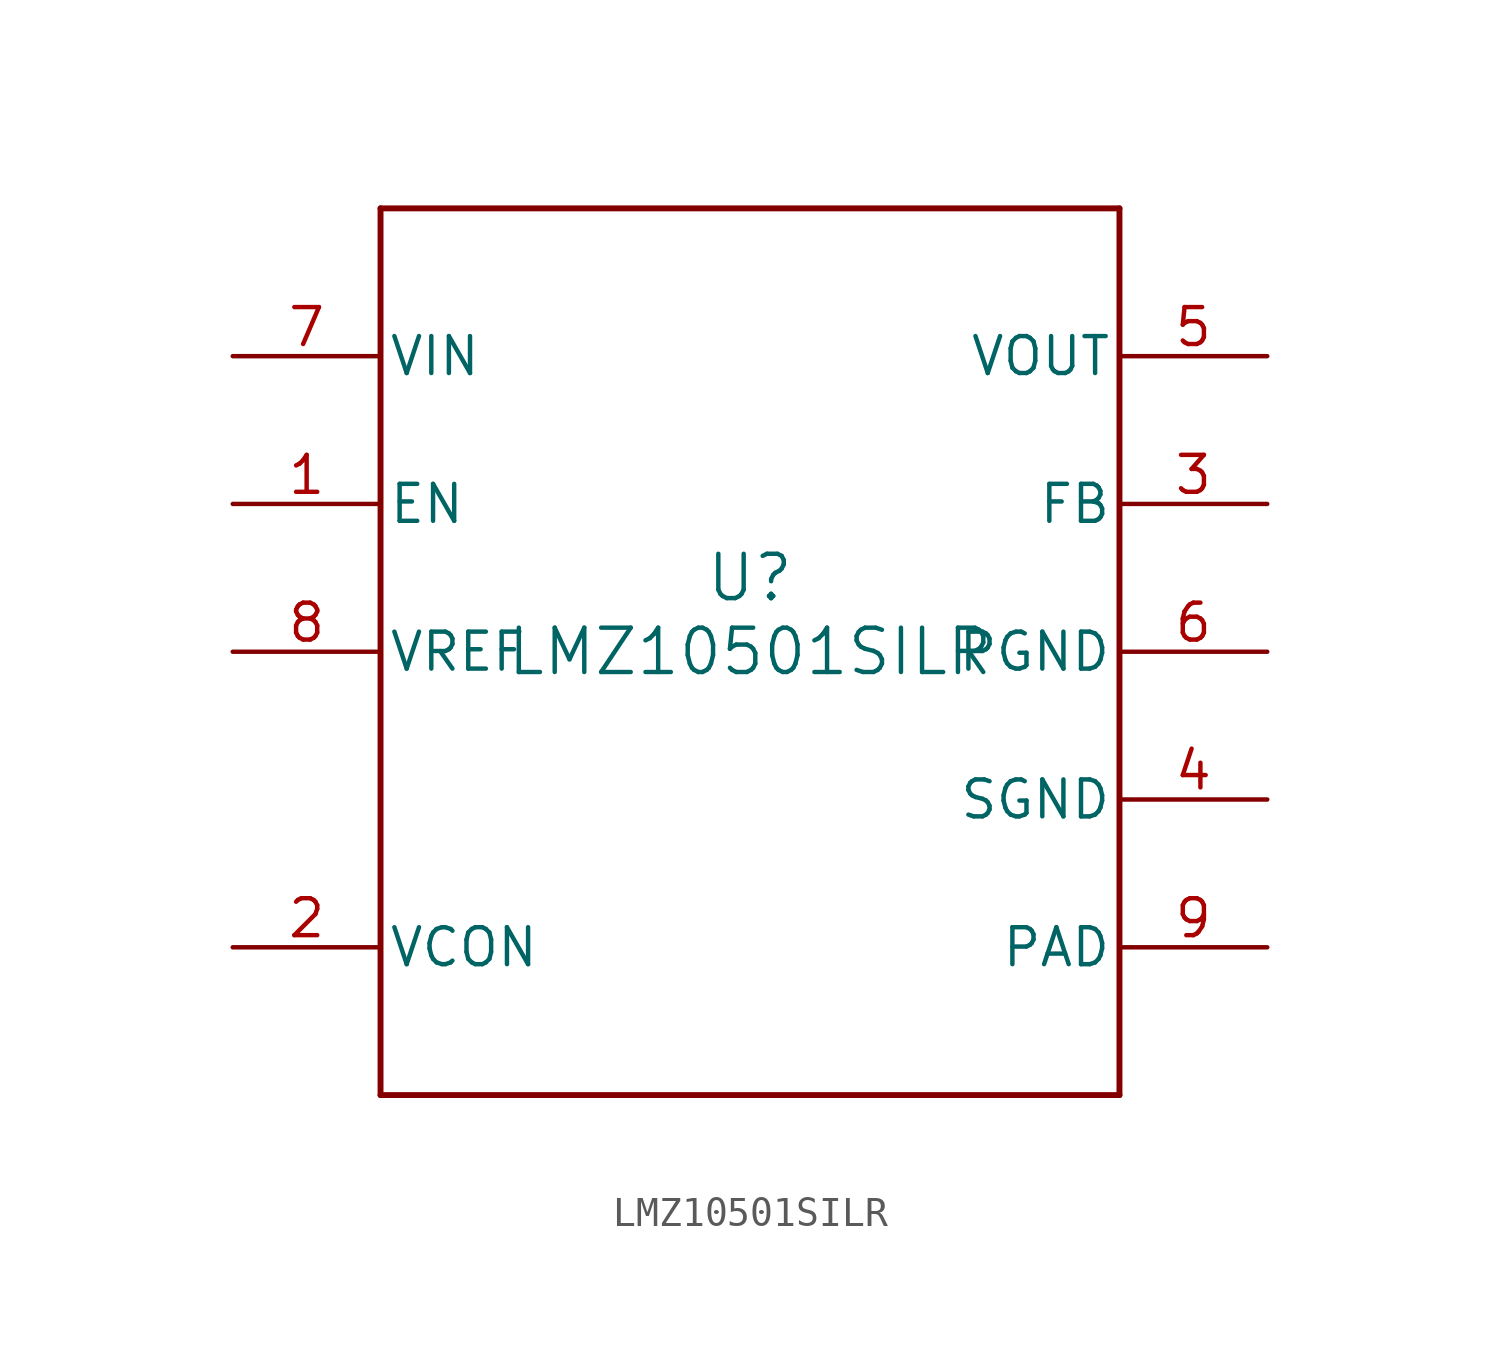
<source format=kicad_sym>
(kicad_symbol_lib
  (version 20211014)
  (generator kicad_symbol_editor)
  (symbol "LMZ10501SILR"
    (pin_names
      (offset 0.254))
    (property "Reference" "U"
      (at 0 2.54 0)
      (effects (font (size 1.524 1.524))))
    (property "Value" "LMZ10501SILR"
      (at 0 0 0)
      (effects (font (size 1.524 1.524))))
    (symbol "LMZ10501SILR_0_1"
      (polyline (pts (xy -12.7 -15.24) (xy 12.7 -15.24)) (stroke (width 0.203) (type default) (color 0 0 0 0)) (fill (type none)))
      (polyline (pts (xy 12.7 -15.24) (xy 12.7 15.24)) (stroke (width 0.203) (type default) (color 0 0 0 0)) (fill (type none)))
      (polyline (pts (xy 12.7 15.24) (xy -12.7 15.24)) (stroke (width 0.203) (type default) (color 0 0 0 0)) (fill (type none)))
      (polyline (pts (xy -12.7 15.24) (xy -12.7 -15.24)) (stroke (width 0.203) (type default) (color 0 0 0 0)) (fill (type none)))
      (pin input line (at -17.78 5.08 0) (length 5.08) (name "EN" (effects (font (size 1.27 1.27)))) (number "1" (effects (font (size 1.27 1.27)))))
      (pin input line (at -17.78 -10.16 0) (length 5.08) (name "VCON" (effects (font (size 1.27 1.27)))) (number "2" (effects (font (size 1.27 1.27)))))
      (pin input line (at 17.78 5.08 180) (length 5.08) (name "FB" (effects (font (size 1.27 1.27)))) (number "3" (effects (font (size 1.27 1.27)))))
      (pin power_in line (at 17.78 -5.08 180) (length 5.08) (name "SGND" (effects (font (size 1.27 1.27)))) (number "4" (effects (font (size 1.27 1.27)))))
      (pin power_in line (at 17.78 10.16 180) (length 5.08) (name "VOUT" (effects (font (size 1.27 1.27)))) (number "5" (effects (font (size 1.27 1.27)))))
      (pin power_in line (at 17.78 0 180) (length 5.08) (name "PGND" (effects (font (size 1.27 1.27)))) (number "6" (effects (font (size 1.27 1.27)))))
      (pin power_in line (at -17.78 10.16 0) (length 5.08) (name "VIN" (effects (font (size 1.27 1.27)))) (number "7" (effects (font (size 1.27 1.27)))))
      (pin output line (at -17.78 0 0) (length 5.08) (name "VREF" (effects (font (size 1.27 1.27)))) (number "8" (effects (font (size 1.27 1.27)))))
      (pin power_in line (at 17.78 -10.16 180) (length 5.08) (name "PAD" (effects (font (size 1.27 1.27)))) (number "9" (effects (font (size 1.27 1.27))))))))
</source>
